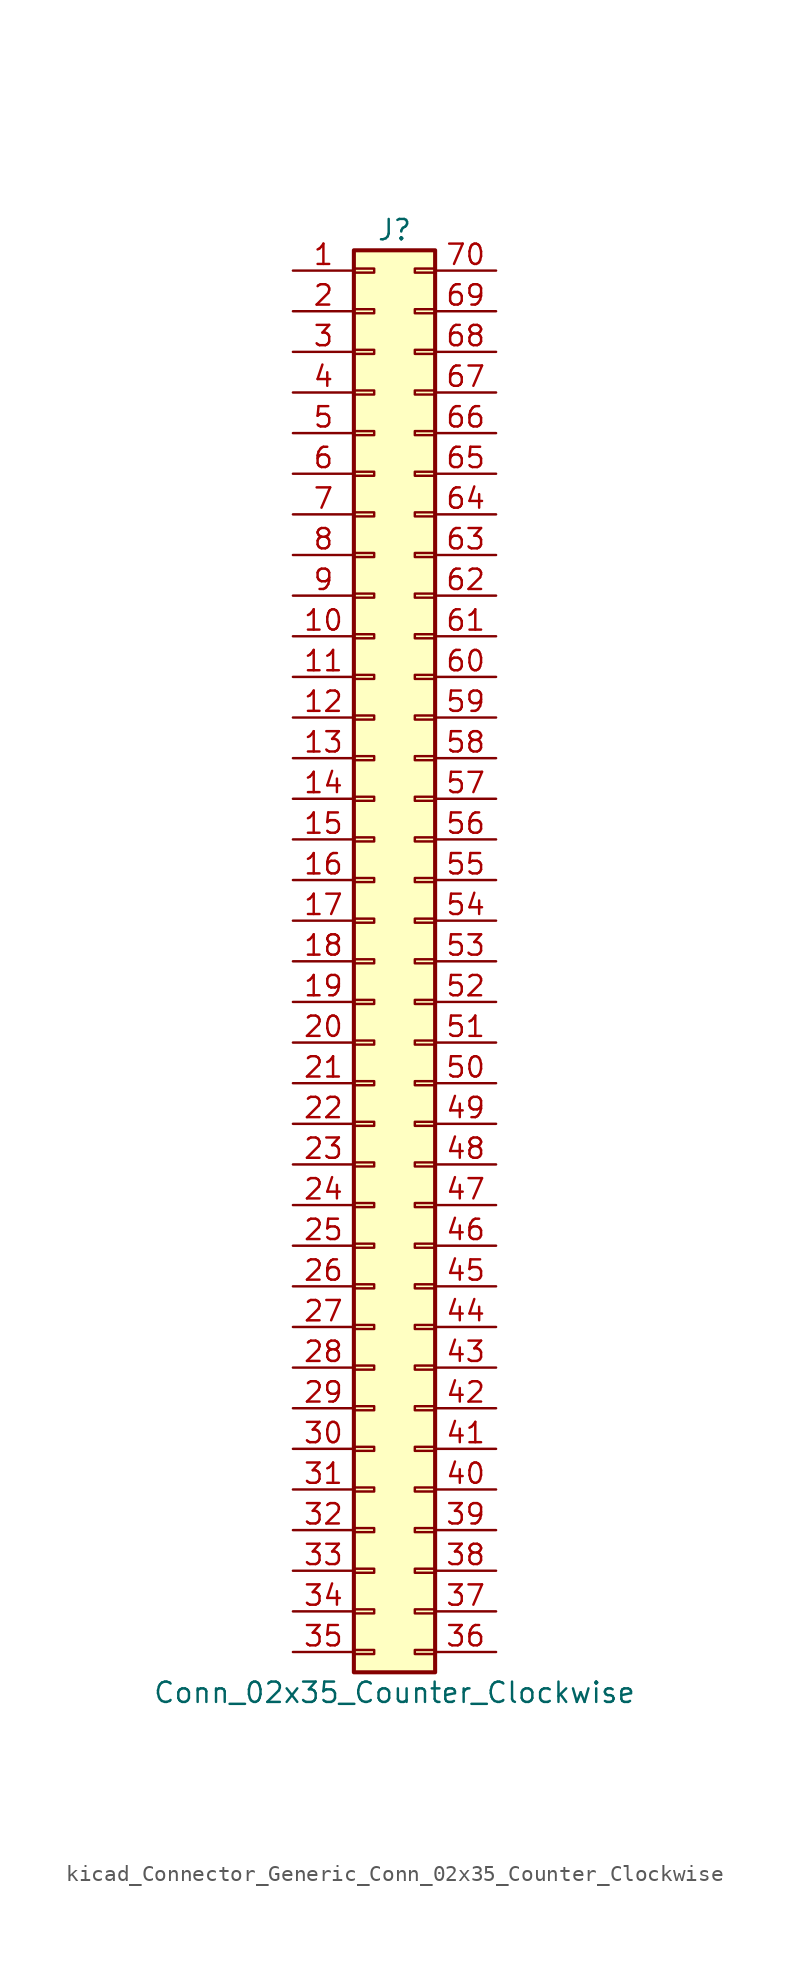
<source format=kicad_sym>
(kicad_symbol_lib
  (version 20220914)
  (generator kicad_symbol_editor)
  (symbol "kicad_Connector_Generic_Conn_02x35_Counter_Clockwise"
    (pin_names
      (offset 1.016) hide)
    (property "Reference" "J"
      (at 1.27 45.72 0)
      (effects (font (size 1.27 1.27))))
    (property "Value" "Conn_02x35_Counter_Clockwise"
      (at 1.27 -45.72 0)
      (effects (font (size 1.27 1.27))))
    (symbol "kicad_Connector_Generic_Conn_02x35_Counter_Clockwise_1_1"
      (rectangle (start -1.27 -43.053) (end 0 -43.307) (stroke (width 0.152) (type default)) (fill (type none)))
      (rectangle (start -1.27 -40.513) (end 0 -40.767) (stroke (width 0.152) (type default)) (fill (type none)))
      (rectangle (start -1.27 -37.973) (end 0 -38.227) (stroke (width 0.152) (type default)) (fill (type none)))
      (rectangle (start -1.27 -35.433) (end 0 -35.687) (stroke (width 0.152) (type default)) (fill (type none)))
      (rectangle (start -1.27 -32.893) (end 0 -33.147) (stroke (width 0.152) (type default)) (fill (type none)))
      (rectangle (start -1.27 -30.353) (end 0 -30.607) (stroke (width 0.152) (type default)) (fill (type none)))
      (rectangle (start -1.27 -27.813) (end 0 -28.067) (stroke (width 0.152) (type default)) (fill (type none)))
      (rectangle (start -1.27 -25.273) (end 0 -25.527) (stroke (width 0.152) (type default)) (fill (type none)))
      (rectangle (start -1.27 -22.733) (end 0 -22.987) (stroke (width 0.152) (type default)) (fill (type none)))
      (rectangle (start -1.27 -20.193) (end 0 -20.447) (stroke (width 0.152) (type default)) (fill (type none)))
      (rectangle (start -1.27 -17.653) (end 0 -17.907) (stroke (width 0.152) (type default)) (fill (type none)))
      (rectangle (start -1.27 -15.113) (end 0 -15.367) (stroke (width 0.152) (type default)) (fill (type none)))
      (rectangle (start -1.27 -12.573) (end 0 -12.827) (stroke (width 0.152) (type default)) (fill (type none)))
      (rectangle (start -1.27 -10.033) (end 0 -10.287) (stroke (width 0.152) (type default)) (fill (type none)))
      (rectangle (start -1.27 -7.493) (end 0 -7.747) (stroke (width 0.152) (type default)) (fill (type none)))
      (rectangle (start -1.27 -4.953) (end 0 -5.207) (stroke (width 0.152) (type default)) (fill (type none)))
      (rectangle (start -1.27 -2.413) (end 0 -2.667) (stroke (width 0.152) (type default)) (fill (type none)))
      (rectangle (start -1.27 0.127) (end 0 -0.127) (stroke (width 0.152) (type default)) (fill (type none)))
      (rectangle (start -1.27 2.667) (end 0 2.413) (stroke (width 0.152) (type default)) (fill (type none)))
      (rectangle (start -1.27 5.207) (end 0 4.953) (stroke (width 0.152) (type default)) (fill (type none)))
      (rectangle (start -1.27 7.747) (end 0 7.493) (stroke (width 0.152) (type default)) (fill (type none)))
      (rectangle (start -1.27 10.287) (end 0 10.033) (stroke (width 0.152) (type default)) (fill (type none)))
      (rectangle (start -1.27 12.827) (end 0 12.573) (stroke (width 0.152) (type default)) (fill (type none)))
      (rectangle (start -1.27 15.367) (end 0 15.113) (stroke (width 0.152) (type default)) (fill (type none)))
      (rectangle (start -1.27 17.907) (end 0 17.653) (stroke (width 0.152) (type default)) (fill (type none)))
      (rectangle (start -1.27 20.447) (end 0 20.193) (stroke (width 0.152) (type default)) (fill (type none)))
      (rectangle (start -1.27 22.987) (end 0 22.733) (stroke (width 0.152) (type default)) (fill (type none)))
      (rectangle (start -1.27 25.527) (end 0 25.273) (stroke (width 0.152) (type default)) (fill (type none)))
      (rectangle (start -1.27 28.067) (end 0 27.813) (stroke (width 0.152) (type default)) (fill (type none)))
      (rectangle (start -1.27 30.607) (end 0 30.353) (stroke (width 0.152) (type default)) (fill (type none)))
      (rectangle (start -1.27 33.147) (end 0 32.893) (stroke (width 0.152) (type default)) (fill (type none)))
      (rectangle (start -1.27 35.687) (end 0 35.433) (stroke (width 0.152) (type default)) (fill (type none)))
      (rectangle (start -1.27 38.227) (end 0 37.973) (stroke (width 0.152) (type default)) (fill (type none)))
      (rectangle (start -1.27 40.767) (end 0 40.513) (stroke (width 0.152) (type default)) (fill (type none)))
      (rectangle (start -1.27 43.307) (end 0 43.053) (stroke (width 0.152) (type default)) (fill (type none)))
      (rectangle (start -1.27 44.45) (end 3.81 -44.45) (stroke (width 0.254) (type default)) (fill (type background)))
      (rectangle (start 3.81 -43.053) (end 2.54 -43.307) (stroke (width 0.152) (type default)) (fill (type none)))
      (rectangle (start 3.81 -40.513) (end 2.54 -40.767) (stroke (width 0.152) (type default)) (fill (type none)))
      (rectangle (start 3.81 -37.973) (end 2.54 -38.227) (stroke (width 0.152) (type default)) (fill (type none)))
      (rectangle (start 3.81 -35.433) (end 2.54 -35.687) (stroke (width 0.152) (type default)) (fill (type none)))
      (rectangle (start 3.81 -32.893) (end 2.54 -33.147) (stroke (width 0.152) (type default)) (fill (type none)))
      (rectangle (start 3.81 -30.353) (end 2.54 -30.607) (stroke (width 0.152) (type default)) (fill (type none)))
      (rectangle (start 3.81 -27.813) (end 2.54 -28.067) (stroke (width 0.152) (type default)) (fill (type none)))
      (rectangle (start 3.81 -25.273) (end 2.54 -25.527) (stroke (width 0.152) (type default)) (fill (type none)))
      (rectangle (start 3.81 -22.733) (end 2.54 -22.987) (stroke (width 0.152) (type default)) (fill (type none)))
      (rectangle (start 3.81 -20.193) (end 2.54 -20.447) (stroke (width 0.152) (type default)) (fill (type none)))
      (rectangle (start 3.81 -17.653) (end 2.54 -17.907) (stroke (width 0.152) (type default)) (fill (type none)))
      (rectangle (start 3.81 -15.113) (end 2.54 -15.367) (stroke (width 0.152) (type default)) (fill (type none)))
      (rectangle (start 3.81 -12.573) (end 2.54 -12.827) (stroke (width 0.152) (type default)) (fill (type none)))
      (rectangle (start 3.81 -10.033) (end 2.54 -10.287) (stroke (width 0.152) (type default)) (fill (type none)))
      (rectangle (start 3.81 -7.493) (end 2.54 -7.747) (stroke (width 0.152) (type default)) (fill (type none)))
      (rectangle (start 3.81 -4.953) (end 2.54 -5.207) (stroke (width 0.152) (type default)) (fill (type none)))
      (rectangle (start 3.81 -2.413) (end 2.54 -2.667) (stroke (width 0.152) (type default)) (fill (type none)))
      (rectangle (start 3.81 0.127) (end 2.54 -0.127) (stroke (width 0.152) (type default)) (fill (type none)))
      (rectangle (start 3.81 2.667) (end 2.54 2.413) (stroke (width 0.152) (type default)) (fill (type none)))
      (rectangle (start 3.81 5.207) (end 2.54 4.953) (stroke (width 0.152) (type default)) (fill (type none)))
      (rectangle (start 3.81 7.747) (end 2.54 7.493) (stroke (width 0.152) (type default)) (fill (type none)))
      (rectangle (start 3.81 10.287) (end 2.54 10.033) (stroke (width 0.152) (type default)) (fill (type none)))
      (rectangle (start 3.81 12.827) (end 2.54 12.573) (stroke (width 0.152) (type default)) (fill (type none)))
      (rectangle (start 3.81 15.367) (end 2.54 15.113) (stroke (width 0.152) (type default)) (fill (type none)))
      (rectangle (start 3.81 17.907) (end 2.54 17.653) (stroke (width 0.152) (type default)) (fill (type none)))
      (rectangle (start 3.81 20.447) (end 2.54 20.193) (stroke (width 0.152) (type default)) (fill (type none)))
      (rectangle (start 3.81 22.987) (end 2.54 22.733) (stroke (width 0.152) (type default)) (fill (type none)))
      (rectangle (start 3.81 25.527) (end 2.54 25.273) (stroke (width 0.152) (type default)) (fill (type none)))
      (rectangle (start 3.81 28.067) (end 2.54 27.813) (stroke (width 0.152) (type default)) (fill (type none)))
      (rectangle (start 3.81 30.607) (end 2.54 30.353) (stroke (width 0.152) (type default)) (fill (type none)))
      (rectangle (start 3.81 33.147) (end 2.54 32.893) (stroke (width 0.152) (type default)) (fill (type none)))
      (rectangle (start 3.81 35.687) (end 2.54 35.433) (stroke (width 0.152) (type default)) (fill (type none)))
      (rectangle (start 3.81 38.227) (end 2.54 37.973) (stroke (width 0.152) (type default)) (fill (type none)))
      (rectangle (start 3.81 40.767) (end 2.54 40.513) (stroke (width 0.152) (type default)) (fill (type none)))
      (rectangle (start 3.81 43.307) (end 2.54 43.053) (stroke (width 0.152) (type default)) (fill (type none)))
      (pin passive line (at -5.08 43.18 0) (length 3.81) (name "Pin_1" (effects (font (size 1.27 1.27)))) (number "1" (effects (font (size 1.27 1.27)))))
      (pin passive line (at -5.08 20.32 0) (length 3.81) (name "Pin_10" (effects (font (size 1.27 1.27)))) (number "10" (effects (font (size 1.27 1.27)))))
      (pin passive line (at -5.08 17.78 0) (length 3.81) (name "Pin_11" (effects (font (size 1.27 1.27)))) (number "11" (effects (font (size 1.27 1.27)))))
      (pin passive line (at -5.08 15.24 0) (length 3.81) (name "Pin_12" (effects (font (size 1.27 1.27)))) (number "12" (effects (font (size 1.27 1.27)))))
      (pin passive line (at -5.08 12.7 0) (length 3.81) (name "Pin_13" (effects (font (size 1.27 1.27)))) (number "13" (effects (font (size 1.27 1.27)))))
      (pin passive line (at -5.08 10.16 0) (length 3.81) (name "Pin_14" (effects (font (size 1.27 1.27)))) (number "14" (effects (font (size 1.27 1.27)))))
      (pin passive line (at -5.08 7.62 0) (length 3.81) (name "Pin_15" (effects (font (size 1.27 1.27)))) (number "15" (effects (font (size 1.27 1.27)))))
      (pin passive line (at -5.08 5.08 0) (length 3.81) (name "Pin_16" (effects (font (size 1.27 1.27)))) (number "16" (effects (font (size 1.27 1.27)))))
      (pin passive line (at -5.08 2.54 0) (length 3.81) (name "Pin_17" (effects (font (size 1.27 1.27)))) (number "17" (effects (font (size 1.27 1.27)))))
      (pin passive line (at -5.08 0 0) (length 3.81) (name "Pin_18" (effects (font (size 1.27 1.27)))) (number "18" (effects (font (size 1.27 1.27)))))
      (pin passive line (at -5.08 -2.54 0) (length 3.81) (name "Pin_19" (effects (font (size 1.27 1.27)))) (number "19" (effects (font (size 1.27 1.27)))))
      (pin passive line (at -5.08 40.64 0) (length 3.81) (name "Pin_2" (effects (font (size 1.27 1.27)))) (number "2" (effects (font (size 1.27 1.27)))))
      (pin passive line (at -5.08 -5.08 0) (length 3.81) (name "Pin_20" (effects (font (size 1.27 1.27)))) (number "20" (effects (font (size 1.27 1.27)))))
      (pin passive line (at -5.08 -7.62 0) (length 3.81) (name "Pin_21" (effects (font (size 1.27 1.27)))) (number "21" (effects (font (size 1.27 1.27)))))
      (pin passive line (at -5.08 -10.16 0) (length 3.81) (name "Pin_22" (effects (font (size 1.27 1.27)))) (number "22" (effects (font (size 1.27 1.27)))))
      (pin passive line (at -5.08 -12.7 0) (length 3.81) (name "Pin_23" (effects (font (size 1.27 1.27)))) (number "23" (effects (font (size 1.27 1.27)))))
      (pin passive line (at -5.08 -15.24 0) (length 3.81) (name "Pin_24" (effects (font (size 1.27 1.27)))) (number "24" (effects (font (size 1.27 1.27)))))
      (pin passive line (at -5.08 -17.78 0) (length 3.81) (name "Pin_25" (effects (font (size 1.27 1.27)))) (number "25" (effects (font (size 1.27 1.27)))))
      (pin passive line (at -5.08 -20.32 0) (length 3.81) (name "Pin_26" (effects (font (size 1.27 1.27)))) (number "26" (effects (font (size 1.27 1.27)))))
      (pin passive line (at -5.08 -22.86 0) (length 3.81) (name "Pin_27" (effects (font (size 1.27 1.27)))) (number "27" (effects (font (size 1.27 1.27)))))
      (pin passive line (at -5.08 -25.4 0) (length 3.81) (name "Pin_28" (effects (font (size 1.27 1.27)))) (number "28" (effects (font (size 1.27 1.27)))))
      (pin passive line (at -5.08 -27.94 0) (length 3.81) (name "Pin_29" (effects (font (size 1.27 1.27)))) (number "29" (effects (font (size 1.27 1.27)))))
      (pin passive line (at -5.08 38.1 0) (length 3.81) (name "Pin_3" (effects (font (size 1.27 1.27)))) (number "3" (effects (font (size 1.27 1.27)))))
      (pin passive line (at -5.08 -30.48 0) (length 3.81) (name "Pin_30" (effects (font (size 1.27 1.27)))) (number "30" (effects (font (size 1.27 1.27)))))
      (pin passive line (at -5.08 -33.02 0) (length 3.81) (name "Pin_31" (effects (font (size 1.27 1.27)))) (number "31" (effects (font (size 1.27 1.27)))))
      (pin passive line (at -5.08 -35.56 0) (length 3.81) (name "Pin_32" (effects (font (size 1.27 1.27)))) (number "32" (effects (font (size 1.27 1.27)))))
      (pin passive line (at -5.08 -38.1 0) (length 3.81) (name "Pin_33" (effects (font (size 1.27 1.27)))) (number "33" (effects (font (size 1.27 1.27)))))
      (pin passive line (at -5.08 -40.64 0) (length 3.81) (name "Pin_34" (effects (font (size 1.27 1.27)))) (number "34" (effects (font (size 1.27 1.27)))))
      (pin passive line (at -5.08 -43.18 0) (length 3.81) (name "Pin_35" (effects (font (size 1.27 1.27)))) (number "35" (effects (font (size 1.27 1.27)))))
      (pin passive line (at 7.62 -43.18 180) (length 3.81) (name "Pin_36" (effects (font (size 1.27 1.27)))) (number "36" (effects (font (size 1.27 1.27)))))
      (pin passive line (at 7.62 -40.64 180) (length 3.81) (name "Pin_37" (effects (font (size 1.27 1.27)))) (number "37" (effects (font (size 1.27 1.27)))))
      (pin passive line (at 7.62 -38.1 180) (length 3.81) (name "Pin_38" (effects (font (size 1.27 1.27)))) (number "38" (effects (font (size 1.27 1.27)))))
      (pin passive line (at 7.62 -35.56 180) (length 3.81) (name "Pin_39" (effects (font (size 1.27 1.27)))) (number "39" (effects (font (size 1.27 1.27)))))
      (pin passive line (at -5.08 35.56 0) (length 3.81) (name "Pin_4" (effects (font (size 1.27 1.27)))) (number "4" (effects (font (size 1.27 1.27)))))
      (pin passive line (at 7.62 -33.02 180) (length 3.81) (name "Pin_40" (effects (font (size 1.27 1.27)))) (number "40" (effects (font (size 1.27 1.27)))))
      (pin passive line (at 7.62 -30.48 180) (length 3.81) (name "Pin_41" (effects (font (size 1.27 1.27)))) (number "41" (effects (font (size 1.27 1.27)))))
      (pin passive line (at 7.62 -27.94 180) (length 3.81) (name "Pin_42" (effects (font (size 1.27 1.27)))) (number "42" (effects (font (size 1.27 1.27)))))
      (pin passive line (at 7.62 -25.4 180) (length 3.81) (name "Pin_43" (effects (font (size 1.27 1.27)))) (number "43" (effects (font (size 1.27 1.27)))))
      (pin passive line (at 7.62 -22.86 180) (length 3.81) (name "Pin_44" (effects (font (size 1.27 1.27)))) (number "44" (effects (font (size 1.27 1.27)))))
      (pin passive line (at 7.62 -20.32 180) (length 3.81) (name "Pin_45" (effects (font (size 1.27 1.27)))) (number "45" (effects (font (size 1.27 1.27)))))
      (pin passive line (at 7.62 -17.78 180) (length 3.81) (name "Pin_46" (effects (font (size 1.27 1.27)))) (number "46" (effects (font (size 1.27 1.27)))))
      (pin passive line (at 7.62 -15.24 180) (length 3.81) (name "Pin_47" (effects (font (size 1.27 1.27)))) (number "47" (effects (font (size 1.27 1.27)))))
      (pin passive line (at 7.62 -12.7 180) (length 3.81) (name "Pin_48" (effects (font (size 1.27 1.27)))) (number "48" (effects (font (size 1.27 1.27)))))
      (pin passive line (at 7.62 -10.16 180) (length 3.81) (name "Pin_49" (effects (font (size 1.27 1.27)))) (number "49" (effects (font (size 1.27 1.27)))))
      (pin passive line (at -5.08 33.02 0) (length 3.81) (name "Pin_5" (effects (font (size 1.27 1.27)))) (number "5" (effects (font (size 1.27 1.27)))))
      (pin passive line (at 7.62 -7.62 180) (length 3.81) (name "Pin_50" (effects (font (size 1.27 1.27)))) (number "50" (effects (font (size 1.27 1.27)))))
      (pin passive line (at 7.62 -5.08 180) (length 3.81) (name "Pin_51" (effects (font (size 1.27 1.27)))) (number "51" (effects (font (size 1.27 1.27)))))
      (pin passive line (at 7.62 -2.54 180) (length 3.81) (name "Pin_52" (effects (font (size 1.27 1.27)))) (number "52" (effects (font (size 1.27 1.27)))))
      (pin passive line (at 7.62 0 180) (length 3.81) (name "Pin_53" (effects (font (size 1.27 1.27)))) (number "53" (effects (font (size 1.27 1.27)))))
      (pin passive line (at 7.62 2.54 180) (length 3.81) (name "Pin_54" (effects (font (size 1.27 1.27)))) (number "54" (effects (font (size 1.27 1.27)))))
      (pin passive line (at 7.62 5.08 180) (length 3.81) (name "Pin_55" (effects (font (size 1.27 1.27)))) (number "55" (effects (font (size 1.27 1.27)))))
      (pin passive line (at 7.62 7.62 180) (length 3.81) (name "Pin_56" (effects (font (size 1.27 1.27)))) (number "56" (effects (font (size 1.27 1.27)))))
      (pin passive line (at 7.62 10.16 180) (length 3.81) (name "Pin_57" (effects (font (size 1.27 1.27)))) (number "57" (effects (font (size 1.27 1.27)))))
      (pin passive line (at 7.62 12.7 180) (length 3.81) (name "Pin_58" (effects (font (size 1.27 1.27)))) (number "58" (effects (font (size 1.27 1.27)))))
      (pin passive line (at 7.62 15.24 180) (length 3.81) (name "Pin_59" (effects (font (size 1.27 1.27)))) (number "59" (effects (font (size 1.27 1.27)))))
      (pin passive line (at -5.08 30.48 0) (length 3.81) (name "Pin_6" (effects (font (size 1.27 1.27)))) (number "6" (effects (font (size 1.27 1.27)))))
      (pin passive line (at 7.62 17.78 180) (length 3.81) (name "Pin_60" (effects (font (size 1.27 1.27)))) (number "60" (effects (font (size 1.27 1.27)))))
      (pin passive line (at 7.62 20.32 180) (length 3.81) (name "Pin_61" (effects (font (size 1.27 1.27)))) (number "61" (effects (font (size 1.27 1.27)))))
      (pin passive line (at 7.62 22.86 180) (length 3.81) (name "Pin_62" (effects (font (size 1.27 1.27)))) (number "62" (effects (font (size 1.27 1.27)))))
      (pin passive line (at 7.62 25.4 180) (length 3.81) (name "Pin_63" (effects (font (size 1.27 1.27)))) (number "63" (effects (font (size 1.27 1.27)))))
      (pin passive line (at 7.62 27.94 180) (length 3.81) (name "Pin_64" (effects (font (size 1.27 1.27)))) (number "64" (effects (font (size 1.27 1.27)))))
      (pin passive line (at 7.62 30.48 180) (length 3.81) (name "Pin_65" (effects (font (size 1.27 1.27)))) (number "65" (effects (font (size 1.27 1.27)))))
      (pin passive line (at 7.62 33.02 180) (length 3.81) (name "Pin_66" (effects (font (size 1.27 1.27)))) (number "66" (effects (font (size 1.27 1.27)))))
      (pin passive line (at 7.62 35.56 180) (length 3.81) (name "Pin_67" (effects (font (size 1.27 1.27)))) (number "67" (effects (font (size 1.27 1.27)))))
      (pin passive line (at 7.62 38.1 180) (length 3.81) (name "Pin_68" (effects (font (size 1.27 1.27)))) (number "68" (effects (font (size 1.27 1.27)))))
      (pin passive line (at 7.62 40.64 180) (length 3.81) (name "Pin_69" (effects (font (size 1.27 1.27)))) (number "69" (effects (font (size 1.27 1.27)))))
      (pin passive line (at -5.08 27.94 0) (length 3.81) (name "Pin_7" (effects (font (size 1.27 1.27)))) (number "7" (effects (font (size 1.27 1.27)))))
      (pin passive line (at 7.62 43.18 180) (length 3.81) (name "Pin_70" (effects (font (size 1.27 1.27)))) (number "70" (effects (font (size 1.27 1.27)))))
      (pin passive line (at -5.08 25.4 0) (length 3.81) (name "Pin_8" (effects (font (size 1.27 1.27)))) (number "8" (effects (font (size 1.27 1.27)))))
      (pin passive line (at -5.08 22.86 0) (length 3.81) (name "Pin_9" (effects (font (size 1.27 1.27)))) (number "9" (effects (font (size 1.27 1.27))))))))
</source>
